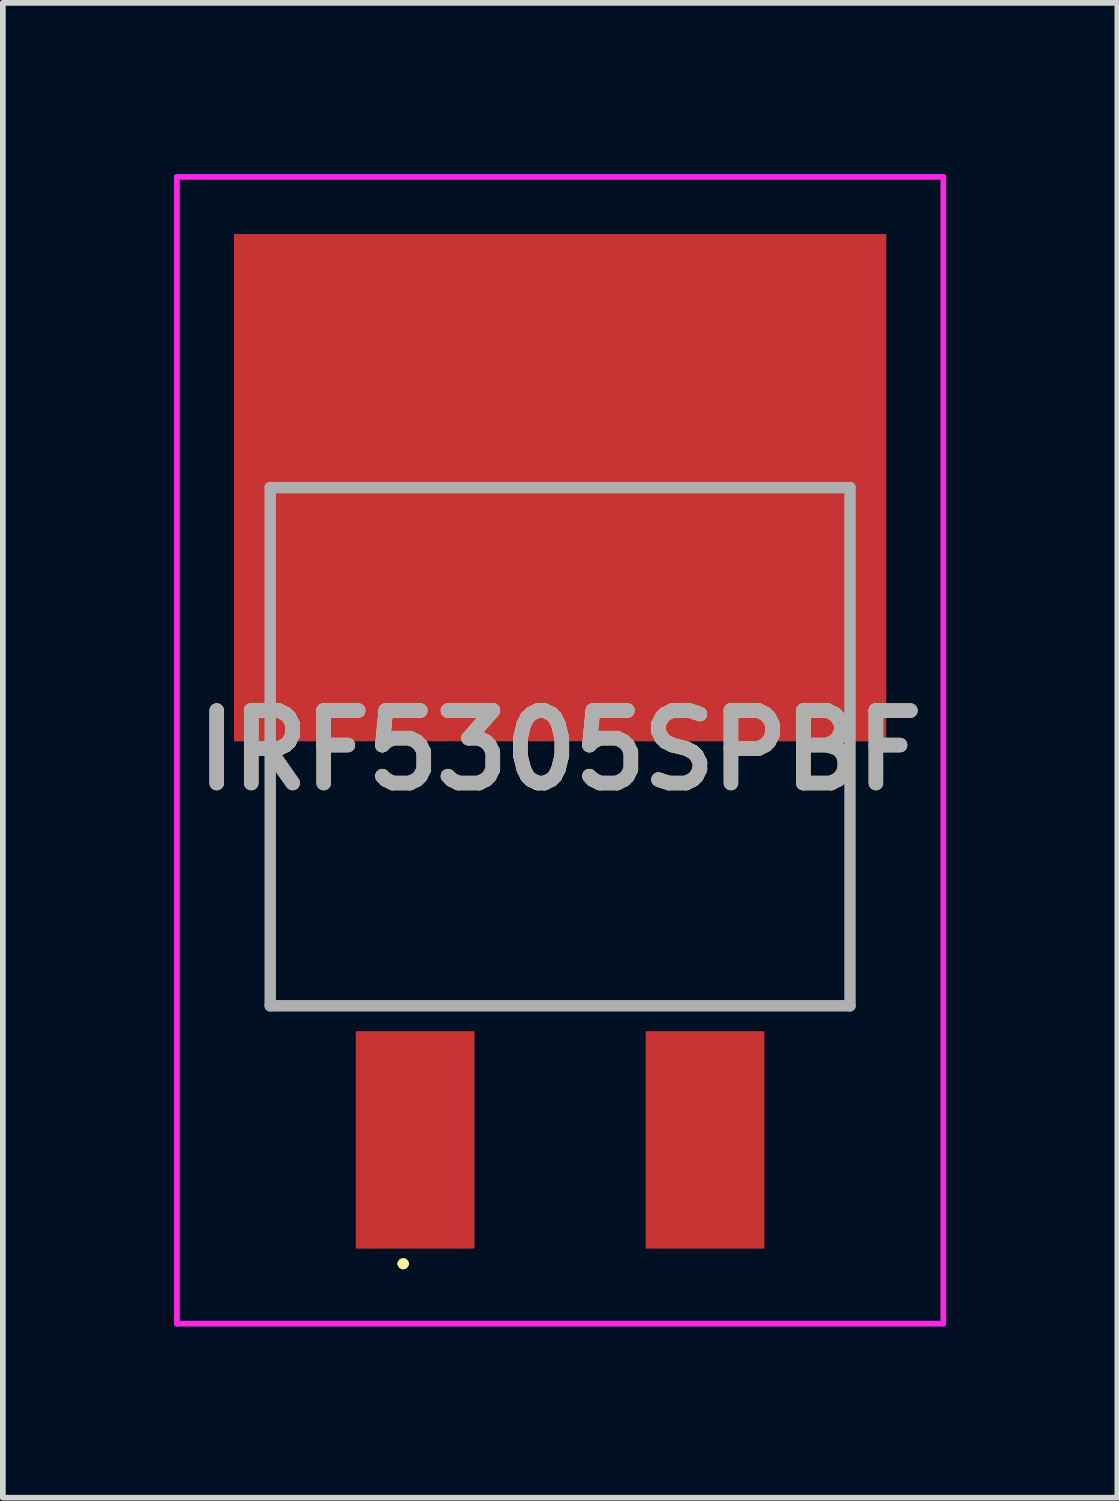
<source format=kicad_pcb>
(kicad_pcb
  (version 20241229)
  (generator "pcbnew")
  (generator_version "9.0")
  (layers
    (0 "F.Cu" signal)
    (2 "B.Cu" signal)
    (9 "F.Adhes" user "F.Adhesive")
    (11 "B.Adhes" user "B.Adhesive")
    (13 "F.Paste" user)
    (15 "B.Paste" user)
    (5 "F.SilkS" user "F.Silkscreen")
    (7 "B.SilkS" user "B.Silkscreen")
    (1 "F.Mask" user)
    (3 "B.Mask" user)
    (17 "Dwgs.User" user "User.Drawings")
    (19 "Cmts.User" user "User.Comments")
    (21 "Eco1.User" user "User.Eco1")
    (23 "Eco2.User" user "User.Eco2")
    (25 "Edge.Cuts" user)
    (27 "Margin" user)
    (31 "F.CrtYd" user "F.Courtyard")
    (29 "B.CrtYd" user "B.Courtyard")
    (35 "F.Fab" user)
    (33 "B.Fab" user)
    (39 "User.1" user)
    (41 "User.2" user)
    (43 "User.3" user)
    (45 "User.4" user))
  (footprint "IRF5305SPBF"
    (layer "F.Cu")
    (at 6.765 5.495)
    (property "Reference" "IRF5305SPBF" (at 0 4.602 0) (layer "F.SilkS") (effects (font (size 1.27 1.27) (thickness 0.254))))
    (attr smd)
    (fp_line (start -5.08 4.8) (end -5.08 9.08) (stroke (width 0.1) (type solid)) (layer "F.SilkS"))
    (fp_line (start -5.08 9.08) (end 5.08 9.08) (stroke (width 0.1) (type solid)) (layer "F.SilkS"))
    (fp_line (start -2.8 13.6) (end -2.8 13.6) (stroke (width 0.1) (type solid)) (layer "F.SilkS"))
    (fp_line (start -2.7 13.6) (end -2.7 13.6) (stroke (width 0.1) (type solid)) (layer "F.SilkS"))
    (fp_line (start 5.08 9.08) (end 5.08 4.8) (stroke (width 0.1) (type solid)) (layer "F.SilkS"))
    (fp_arc (start -2.8 13.6) (mid -2.75 13.55) (end -2.7 13.6) (stroke (width 0.1) (type solid)) (layer "F.SilkS"))
    (fp_arc (start -2.7 13.6) (mid -2.75 13.65) (end -2.8 13.6) (stroke (width 0.1) (type solid)) (layer "F.SilkS"))
    (fp_line (start -6.715 -5.445) (end 6.715 -5.445) (stroke (width 0.1) (type solid)) (layer "F.CrtYd"))
    (fp_line (start -6.715 14.65) (end -6.715 -5.445) (stroke (width 0.1) (type solid)) (layer "F.CrtYd"))
    (fp_line (start 6.715 -5.445) (end 6.715 14.65) (stroke (width 0.1) (type solid)) (layer "F.CrtYd"))
    (fp_line (start 6.715 14.65) (end -6.715 14.65) (stroke (width 0.1) (type solid)) (layer "F.CrtYd"))
    (fp_line (start -5.08 0) (end 5.08 0) (stroke (width 0.2) (type solid)) (layer "F.Fab"))
    (fp_line (start -5.08 9.08) (end -5.08 0) (stroke (width 0.2) (type solid)) (layer "F.Fab"))
    (fp_line (start 5.08 0) (end 5.08 9.08) (stroke (width 0.2) (type solid)) (layer "F.Fab"))
    (fp_line (start 5.08 9.08) (end -5.08 9.08) (stroke (width 0.2) (type solid)) (layer "F.Fab"))
    (fp_text user "${REFERENCE}" (at 0 4.602 0) (layer "F.Fab") (effects (font (size 1.27 1.27) (thickness 0.254))))
    (pad "1" smd rect (at -2.54 11.43) (size 2.08 3.81) (layers "F.Cu" "F.Mask" "F.Paste"))
    (pad "2" smd rect (at 0 0 90) (size 8.89 11.43) (layers "F.Cu" "F.Mask" "F.Paste"))
    (pad "3" smd rect (at 2.54 11.43) (size 2.08 3.81) (layers "F.Cu" "F.Mask" "F.Paste")))
  (gr_rect
    (start -3 -3)
    (end 16.53 23.195)
    (stroke (width 0.1) (type default))
    (fill no)
    (layer "Edge.Cuts")))
</source>
